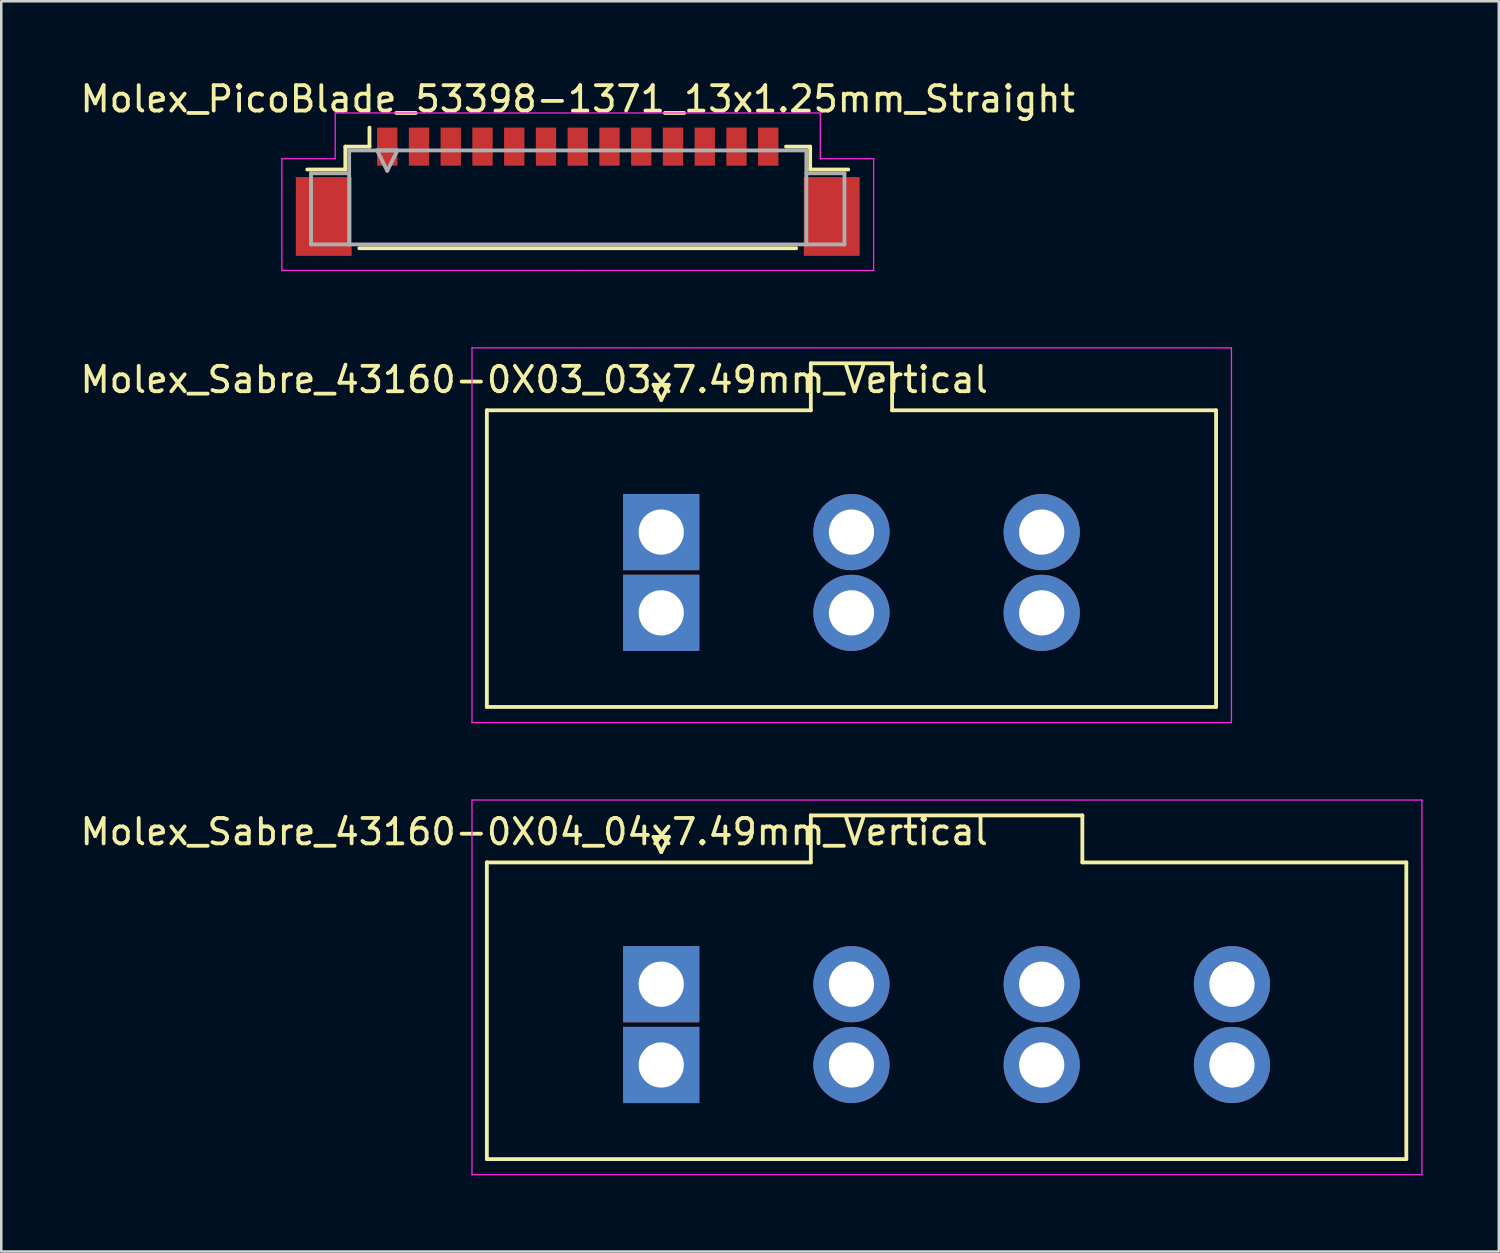
<source format=kicad_pcb>
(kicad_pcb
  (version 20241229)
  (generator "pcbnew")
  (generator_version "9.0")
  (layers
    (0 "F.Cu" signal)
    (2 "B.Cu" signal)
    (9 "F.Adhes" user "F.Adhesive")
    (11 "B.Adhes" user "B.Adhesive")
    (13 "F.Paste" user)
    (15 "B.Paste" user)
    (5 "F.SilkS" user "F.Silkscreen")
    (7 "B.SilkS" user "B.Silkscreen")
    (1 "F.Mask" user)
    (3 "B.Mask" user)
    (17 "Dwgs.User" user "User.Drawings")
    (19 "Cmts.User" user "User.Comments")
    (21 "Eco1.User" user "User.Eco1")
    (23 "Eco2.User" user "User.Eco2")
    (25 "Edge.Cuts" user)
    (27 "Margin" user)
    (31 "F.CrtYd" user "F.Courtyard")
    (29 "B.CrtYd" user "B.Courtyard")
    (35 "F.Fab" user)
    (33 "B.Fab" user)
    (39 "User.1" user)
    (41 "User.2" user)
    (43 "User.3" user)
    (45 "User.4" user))
  (footprint "Molex_Sabre_43160-0X04_04x7.49mm_Vertical"
    (layer "F.Cu")
    (at 22.982 35.698)
    (property "Reference" "Molex_Sabre_43160-0X04_04x7.49mm_Vertical" (at -5 -6 0) (layer "F.SilkS") (effects (font (size 1 1) (thickness 0.15))))
    (attr through_hole)
    (fp_line (start -6.865 -4.795) (end 5.89 -4.795) (stroke (width 0.15) (type solid)) (layer "F.SilkS"))
    (fp_line (start -6.865 6.885) (end -6.865 -4.795) (stroke (width 0.15) (type solid)) (layer "F.SilkS"))
    (fp_line (start -0.3 -5.8) (end 0 -5.2) (stroke (width 0.15) (type solid)) (layer "F.SilkS"))
    (fp_line (start 0 -5.2) (end 0.3 -5.8) (stroke (width 0.15) (type solid)) (layer "F.SilkS"))
    (fp_line (start 0.3 -5.8) (end -0.3 -5.8) (stroke (width 0.15) (type solid)) (layer "F.SilkS"))
    (fp_line (start 5.89 -6.645) (end 16.58 -6.645) (stroke (width 0.15) (type solid)) (layer "F.SilkS"))
    (fp_line (start 5.89 -4.795) (end 5.89 -6.645) (stroke (width 0.15) (type solid)) (layer "F.SilkS"))
    (fp_line (start 16.58 -6.645) (end 16.58 -4.795) (stroke (width 0.15) (type solid)) (layer "F.SilkS"))
    (fp_line (start 16.58 -4.795) (end 29.335 -4.795) (stroke (width 0.15) (type solid)) (layer "F.SilkS"))
    (fp_line (start 29.335 -4.795) (end 29.335 6.885) (stroke (width 0.15) (type solid)) (layer "F.SilkS"))
    (fp_line (start 29.335 6.885) (end -6.865 6.885) (stroke (width 0.15) (type solid)) (layer "F.SilkS"))
    (fp_line (start -7.45 -7.25) (end -7.45 7.5) (stroke (width 0.05) (type solid)) (layer "F.CrtYd"))
    (fp_line (start -7.45 7.5) (end 29.95 7.5) (stroke (width 0.05) (type solid)) (layer "F.CrtYd"))
    (fp_line (start 29.95 -7.25) (end -7.45 -7.25) (stroke (width 0.05) (type solid)) (layer "F.CrtYd"))
    (fp_line (start 29.95 7.5) (end 29.95 -7.25) (stroke (width 0.05) (type solid)) (layer "F.CrtYd"))
    (pad "1" thru_hole rect (at 0 0) (size 3 3) (drill 1.78) (layers "*.Cu" "*.Mask"))
    (pad "1" thru_hole rect (at 0 3.18) (size 3 3) (drill 1.78) (layers "*.Cu" "*.Mask"))
    (pad "2" thru_hole circle (at 7.49 0) (size 3 3) (drill 1.78) (layers "*.Cu" "*.Mask"))
    (pad "2" thru_hole circle (at 7.49 3.18) (size 3 3) (drill 1.78) (layers "*.Cu" "*.Mask"))
    (pad "3" thru_hole circle (at 14.98 0) (size 3 3) (drill 1.78) (layers "*.Cu" "*.Mask"))
    (pad "3" thru_hole circle (at 14.98 3.18) (size 3 3) (drill 1.78) (layers "*.Cu" "*.Mask"))
    (pad "4" thru_hole circle (at 22.47 0) (size 3 3) (drill 1.78) (layers "*.Cu" "*.Mask"))
    (pad "4" thru_hole circle (at 22.47 3.18) (size 3 3) (drill 1.78) (layers "*.Cu" "*.Mask")))
  (footprint "Molex_Sabre_43160-0X03_03x7.49mm_Vertical"
    (layer "F.Cu")
    (at 22.982 17.898)
    (property "Reference" "Molex_Sabre_43160-0X03_03x7.49mm_Vertical" (at -5 -6 0) (layer "F.SilkS") (effects (font (size 1 1) (thickness 0.15))))
    (attr through_hole)
    (fp_line (start -6.865 -4.795) (end 5.89 -4.795) (stroke (width 0.15) (type solid)) (layer "F.SilkS"))
    (fp_line (start -6.865 6.885) (end -6.865 -4.795) (stroke (width 0.15) (type solid)) (layer "F.SilkS"))
    (fp_line (start -0.3 -5.8) (end 0 -5.2) (stroke (width 0.15) (type solid)) (layer "F.SilkS"))
    (fp_line (start 0 -5.2) (end 0.3 -5.8) (stroke (width 0.15) (type solid)) (layer "F.SilkS"))
    (fp_line (start 0.3 -5.8) (end -0.3 -5.8) (stroke (width 0.15) (type solid)) (layer "F.SilkS"))
    (fp_line (start 5.89 -6.645) (end 9.09 -6.645) (stroke (width 0.15) (type solid)) (layer "F.SilkS"))
    (fp_line (start 5.89 -4.795) (end 5.89 -6.645) (stroke (width 0.15) (type solid)) (layer "F.SilkS"))
    (fp_line (start 9.09 -6.645) (end 9.09 -4.795) (stroke (width 0.15) (type solid)) (layer "F.SilkS"))
    (fp_line (start 9.09 -4.795) (end 21.845 -4.795) (stroke (width 0.15) (type solid)) (layer "F.SilkS"))
    (fp_line (start 21.845 -4.795) (end 21.845 6.885) (stroke (width 0.15) (type solid)) (layer "F.SilkS"))
    (fp_line (start 21.845 6.885) (end -6.865 6.885) (stroke (width 0.15) (type solid)) (layer "F.SilkS"))
    (fp_line (start -7.45 -7.25) (end -7.45 7.5) (stroke (width 0.05) (type solid)) (layer "F.CrtYd"))
    (fp_line (start -7.45 7.5) (end 22.45 7.5) (stroke (width 0.05) (type solid)) (layer "F.CrtYd"))
    (fp_line (start 22.45 -7.25) (end -7.45 -7.25) (stroke (width 0.05) (type solid)) (layer "F.CrtYd"))
    (fp_line (start 22.45 7.5) (end 22.45 -7.25) (stroke (width 0.05) (type solid)) (layer "F.CrtYd"))
    (pad "1" thru_hole rect (at 0 0) (size 3 3) (drill 1.78) (layers "*.Cu" "*.Mask"))
    (pad "1" thru_hole rect (at 0 3.18) (size 3 3) (drill 1.78) (layers "*.Cu" "*.Mask"))
    (pad "2" thru_hole circle (at 7.49 0) (size 3 3) (drill 1.78) (layers "*.Cu" "*.Mask"))
    (pad "2" thru_hole circle (at 7.49 3.18) (size 3 3) (drill 1.78) (layers "*.Cu" "*.Mask"))
    (pad "3" thru_hole circle (at 14.98 0) (size 3 3) (drill 1.78) (layers "*.Cu" "*.Mask"))
    (pad "3" thru_hole circle (at 14.98 3.18) (size 3 3) (drill 1.78) (layers "*.Cu" "*.Mask")))
  (footprint "Molex_PicoBlade_53398-1371_13x1.25mm_Straight"
    (layer "F.Cu")
    (at 19.696 4.098)
    (property "Reference" "Molex_PicoBlade_53398-1371_13x1.25mm_Straight" (at 0 -3.25 0) (layer "F.SilkS") (effects (font (size 1 1) (thickness 0.15))))
    (attr smd)
    (fp_line (start -9.15 -1.375) (end -9.15 -0.475) (stroke (width 0.15) (type solid)) (layer "F.SilkS"))
    (fp_line (start -9.15 -0.475) (end -10.65 -0.475) (stroke (width 0.15) (type solid)) (layer "F.SilkS"))
    (fp_line (start -8.6 2.625) (end 8.6 2.625) (stroke (width 0.15) (type solid)) (layer "F.SilkS"))
    (fp_line (start -8.2 -1.375) (end -9.15 -1.375) (stroke (width 0.15) (type solid)) (layer "F.SilkS"))
    (fp_line (start -8.2 -1.375) (end -8.2 -2.125) (stroke (width 0.15) (type solid)) (layer "F.SilkS"))
    (fp_line (start 8.2 -1.375) (end 9.15 -1.375) (stroke (width 0.15) (type solid)) (layer "F.SilkS"))
    (fp_line (start 9.15 -1.375) (end 9.15 -0.475) (stroke (width 0.15) (type solid)) (layer "F.SilkS"))
    (fp_line (start 9.15 -0.475) (end 10.65 -0.475) (stroke (width 0.15) (type solid)) (layer "F.SilkS"))
    (fp_line (start -11.65 -0.9) (end -11.65 3.5) (stroke (width 0.05) (type solid)) (layer "F.CrtYd"))
    (fp_line (start -11.65 3.5) (end 0 3.5) (stroke (width 0.05) (type solid)) (layer "F.CrtYd"))
    (fp_line (start -9.55 -2.7) (end -9.55 -0.9) (stroke (width 0.05) (type solid)) (layer "F.CrtYd"))
    (fp_line (start -9.55 -0.9) (end -11.65 -0.9) (stroke (width 0.05) (type solid)) (layer "F.CrtYd"))
    (fp_line (start 0 -2.7) (end -9.55 -2.7) (stroke (width 0.05) (type solid)) (layer "F.CrtYd"))
    (fp_line (start 0 -2.7) (end 9.55 -2.7) (stroke (width 0.05) (type solid)) (layer "F.CrtYd"))
    (fp_line (start 9.55 -2.7) (end 9.55 -0.9) (stroke (width 0.05) (type solid)) (layer "F.CrtYd"))
    (fp_line (start 9.55 -0.9) (end 11.65 -0.9) (stroke (width 0.05) (type solid)) (layer "F.CrtYd"))
    (fp_line (start 11.65 -0.9) (end 11.65 3.5) (stroke (width 0.05) (type solid)) (layer "F.CrtYd"))
    (fp_line (start 11.65 3.5) (end 0 3.5) (stroke (width 0.05) (type solid)) (layer "F.CrtYd"))
    (fp_line (start -10.5 -0.325) (end -9 -0.325) (stroke (width 0.15) (type solid)) (layer "F.Fab"))
    (fp_line (start -10.5 2.475) (end -10.5 -0.325) (stroke (width 0.15) (type solid)) (layer "F.Fab"))
    (fp_line (start -9 -1.225) (end -9 2.475) (stroke (width 0.15) (type solid)) (layer "F.Fab"))
    (fp_line (start -9 2.475) (end -10.5 2.475) (stroke (width 0.15) (type solid)) (layer "F.Fab"))
    (fp_line (start -9 2.475) (end 9 2.475) (stroke (width 0.15) (type solid)) (layer "F.Fab"))
    (fp_line (start -7.9 -1.225) (end -7.5 -0.425) (stroke (width 0.15) (type solid)) (layer "F.Fab"))
    (fp_line (start -7.5 -0.425) (end -7.1 -1.225) (stroke (width 0.15) (type solid)) (layer "F.Fab"))
    (fp_line (start -7.1 -1.225) (end -7.9 -1.225) (stroke (width 0.15) (type solid)) (layer "F.Fab"))
    (fp_line (start 9 -1.225) (end -9 -1.225) (stroke (width 0.15) (type solid)) (layer "F.Fab"))
    (fp_line (start 9 2.475) (end 9 -1.225) (stroke (width 0.15) (type solid)) (layer "F.Fab"))
    (fp_line (start 9 2.475) (end 10.5 2.475) (stroke (width 0.15) (type solid)) (layer "F.Fab"))
    (fp_line (start 10.5 -0.325) (end 9 -0.325) (stroke (width 0.15) (type solid)) (layer "F.Fab"))
    (fp_line (start 10.5 2.475) (end 10.5 -0.325) (stroke (width 0.15) (type solid)) (layer "F.Fab"))
    (pad "" smd rect (at -10 1.375) (size 2.2 3.1) (layers "F.Cu" "F.Mask" "F.Paste"))
    (pad "" smd rect (at 10 1.375) (size 2.2 3.1) (layers "F.Cu" "F.Mask" "F.Paste"))
    (pad "1" smd rect (at -7.5 -1.375) (size 0.8 1.5) (layers "F.Cu" "F.Mask" "F.Paste"))
    (pad "2" smd rect (at -6.25 -1.375) (size 0.8 1.5) (layers "F.Cu" "F.Mask" "F.Paste"))
    (pad "3" smd rect (at -5 -1.375) (size 0.8 1.5) (layers "F.Cu" "F.Mask" "F.Paste"))
    (pad "4" smd rect (at -3.75 -1.375) (size 0.8 1.5) (layers "F.Cu" "F.Mask" "F.Paste"))
    (pad "5" smd rect (at -2.5 -1.375) (size 0.8 1.5) (layers "F.Cu" "F.Mask" "F.Paste"))
    (pad "6" smd rect (at -1.25 -1.375) (size 0.8 1.5) (layers "F.Cu" "F.Mask" "F.Paste"))
    (pad "7" smd rect (at 0 -1.375) (size 0.8 1.5) (layers "F.Cu" "F.Mask" "F.Paste"))
    (pad "8" smd rect (at 1.25 -1.375) (size 0.8 1.5) (layers "F.Cu" "F.Mask" "F.Paste"))
    (pad "9" smd rect (at 2.5 -1.375) (size 0.8 1.5) (layers "F.Cu" "F.Mask" "F.Paste"))
    (pad "10" smd rect (at 3.75 -1.375) (size 0.8 1.5) (layers "F.Cu" "F.Mask" "F.Paste"))
    (pad "11" smd rect (at 5 -1.375) (size 0.8 1.5) (layers "F.Cu" "F.Mask" "F.Paste"))
    (pad "12" smd rect (at 6.25 -1.375) (size 0.8 1.5) (layers "F.Cu" "F.Mask" "F.Paste"))
    (pad "13" smd rect (at 7.5 -1.375) (size 0.8 1.5) (layers "F.Cu" "F.Mask" "F.Paste")))
  (gr_rect
    (start -3 -3)
    (end 55.957 46.223)
    (stroke (width 0.1) (type default))
    (fill no)
    (layer "Edge.Cuts")))
</source>
